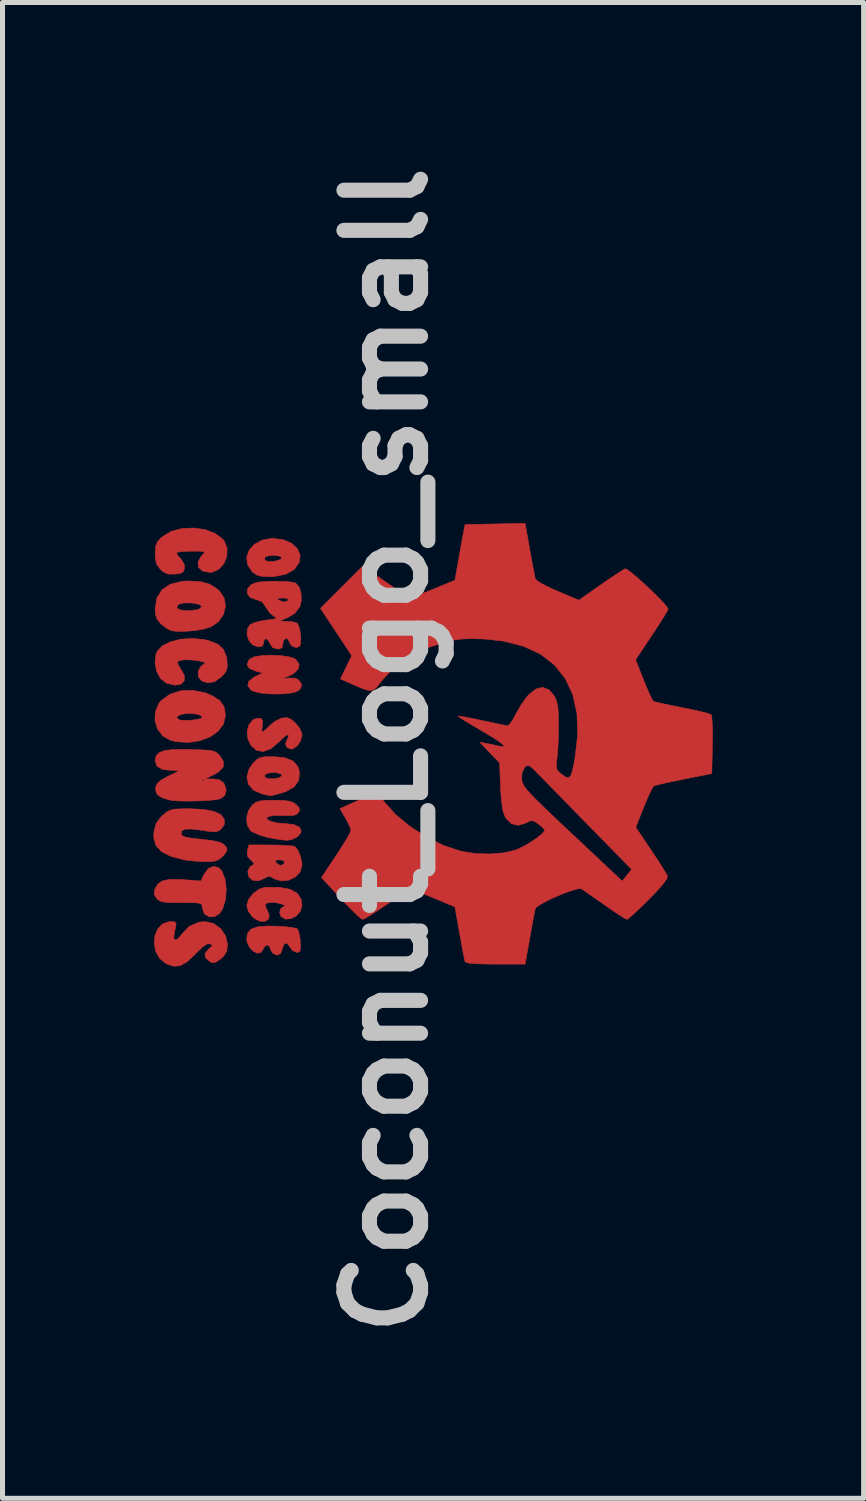
<source format=kicad_pcb>
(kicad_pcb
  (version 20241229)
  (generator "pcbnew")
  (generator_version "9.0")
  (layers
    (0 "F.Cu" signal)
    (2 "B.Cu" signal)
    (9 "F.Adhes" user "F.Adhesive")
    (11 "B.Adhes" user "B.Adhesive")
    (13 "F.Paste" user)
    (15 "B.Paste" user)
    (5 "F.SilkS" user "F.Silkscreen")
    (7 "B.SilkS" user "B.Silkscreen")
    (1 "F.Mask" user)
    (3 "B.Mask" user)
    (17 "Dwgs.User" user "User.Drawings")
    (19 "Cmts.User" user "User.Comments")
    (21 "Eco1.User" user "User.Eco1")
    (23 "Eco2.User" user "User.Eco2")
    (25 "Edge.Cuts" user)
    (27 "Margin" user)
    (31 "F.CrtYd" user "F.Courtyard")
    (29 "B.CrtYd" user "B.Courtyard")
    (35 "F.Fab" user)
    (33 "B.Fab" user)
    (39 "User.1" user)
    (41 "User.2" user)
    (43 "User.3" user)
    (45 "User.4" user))
  (footprint "Coconut_Logo_small"
    (layer "F.Cu")
    (at 6.834 11.758)
    (property "Reference" "Coconut_Logo_small" (at -2.21 0.114 90) (layer "Dwgs.User") (effects (font (size 1.524 1.524) (thickness 0.3))))
    (attr through_hole)
    (fp_poly (pts (xy -2.438 0.872) (xy -2.46 0.893) (xy -2.481 0.872) (xy -2.46 0.851) (xy -2.438 0.872)) (stroke (width 0.01) (type solid)) (fill yes) (layer "F.Cu"))
    (fp_poly (pts (xy -5.537 2.444) (xy -5.473 2.51) (xy -5.408 2.675) (xy -5.384 2.876) (xy -5.4 3.081) (xy -5.454 3.26) (xy -5.517 3.358) (xy -5.616 3.421) (xy -5.725 3.425) (xy -5.811 3.371) (xy -5.824 3.351) (xy -5.86 3.254) (xy -5.867 3.203) (xy -5.879 3.172) (xy -5.925 3.153) (xy -6.02 3.144) (xy -6.178 3.142) (xy -6.273 3.143) (xy -6.468 3.143) (xy -6.598 3.136) (xy -6.682 3.118) (xy -6.738 3.087) (xy -6.762 3.065) (xy -6.818 2.985) (xy -6.811 2.894) (xy -6.803 2.872) (xy -6.746 2.772) (xy -6.657 2.71) (xy -6.522 2.681) (xy -6.326 2.679) (xy -6.23 2.685) (xy -5.889 2.711) (xy -5.825 2.575) (xy -5.742 2.465) (xy -5.639 2.42) (xy -5.537 2.444)) (stroke (width 0.01) (type solid)) (fill yes) (layer "F.Cu"))
    (fp_poly (pts (xy -4.326 -1.773) (xy -4.16 -1.752) (xy -4.038 -1.717) (xy -4.004 -1.697) (xy -3.936 -1.604) (xy -3.949 -1.508) (xy -4.039 -1.418) (xy -4.123 -1.374) (xy -4.28 -1.305) (xy -4.144 -1.326) (xy -4.005 -1.32) (xy -3.943 -1.283) (xy -3.885 -1.202) (xy -3.901 -1.129) (xy -3.944 -1.078) (xy -4.027 -1.04) (xy -4.169 -1.016) (xy -4.346 -1.006) (xy -4.532 -1.01) (xy -4.704 -1.027) (xy -4.837 -1.058) (xy -4.892 -1.086) (xy -4.957 -1.173) (xy -4.937 -1.258) (xy -4.834 -1.341) (xy -4.797 -1.36) (xy -4.661 -1.426) (xy -4.788 -1.458) (xy -4.92 -1.512) (xy -4.972 -1.585) (xy -4.941 -1.674) (xy -4.912 -1.707) (xy -4.827 -1.747) (xy -4.684 -1.771) (xy -4.509 -1.78) (xy -4.326 -1.773)) (stroke (width 0.01) (type solid)) (fill yes) (layer "F.Cu"))
    (fp_poly (pts (xy -4.254 -4.076) (xy -4.085 -4.005) (xy -3.969 -3.898) (xy -3.915 -3.767) (xy -3.935 -3.619) (xy -3.936 -3.618) (xy -4.035 -3.482) (xy -4.2 -3.389) (xy -4.425 -3.344) (xy -4.525 -3.34) (xy -4.678 -3.347) (xy -4.779 -3.373) (xy -4.857 -3.427) (xy -4.874 -3.444) (xy -4.963 -3.581) (xy -4.973 -3.671) (xy -4.619 -3.671) (xy -4.557 -3.642) (xy -4.444 -3.645) (xy -4.354 -3.663) (xy -4.29 -3.696) (xy -4.283 -3.726) (xy -4.339 -3.752) (xy -4.439 -3.762) (xy -4.542 -3.756) (xy -4.609 -3.733) (xy -4.615 -3.727) (xy -4.619 -3.671) (xy -4.973 -3.671) (xy -4.979 -3.726) (xy -4.931 -3.864) (xy -4.827 -3.982) (xy -4.676 -4.066) (xy -4.486 -4.102) (xy -4.464 -4.102) (xy -4.254 -4.076)) (stroke (width 0.01) (type solid)) (fill yes) (layer "F.Cu"))
    (fp_poly (pts (xy -4.326 2.837) (xy -4.114 2.877) (xy -3.971 2.957) (xy -3.894 3.078) (xy -3.878 3.196) (xy -3.91 3.313) (xy -3.991 3.405) (xy -4.098 3.462) (xy -4.208 3.47) (xy -4.297 3.417) (xy -4.323 3.34) (xy -4.304 3.261) (xy -4.249 3.221) (xy -4.244 3.221) (xy -4.21 3.211) (xy -4.238 3.189) (xy -4.304 3.164) (xy -4.387 3.144) (xy -4.453 3.138) (xy -4.57 3.147) (xy -4.613 3.185) (xy -4.587 3.261) (xy -4.569 3.29) (xy -4.528 3.398) (xy -4.55 3.476) (xy -4.619 3.515) (xy -4.718 3.51) (xy -4.83 3.453) (xy -4.874 3.414) (xy -4.947 3.309) (xy -4.978 3.201) (xy -4.978 3.199) (xy -4.942 3.08) (xy -4.851 2.962) (xy -4.73 2.872) (xy -4.611 2.835) (xy -4.326 2.837)) (stroke (width 0.01) (type solid)) (fill yes) (layer "F.Cu"))
    (fp_poly (pts (xy -4.086 -0.499) (xy -4.006 -0.427) (xy -3.925 -0.324) (xy -3.881 -0.223) (xy -3.878 -0.199) (xy -3.906 -0.075) (xy -3.976 0.029) (xy -4.066 0.086) (xy -4.093 0.089) (xy -4.177 0.057) (xy -4.207 -0.018) (xy -4.173 -0.103) (xy -4.142 -0.168) (xy -4.149 -0.197) (xy -4.191 -0.185) (xy -4.269 -0.122) (xy -4.344 -0.048) (xy -4.501 0.085) (xy -4.65 0.138) (xy -4.786 0.111) (xy -4.891 0.02) (xy -4.956 -0.114) (xy -4.97 -0.26) (xy -4.935 -0.394) (xy -4.857 -0.491) (xy -4.797 -0.519) (xy -4.7 -0.528) (xy -4.66 -0.48) (xy -4.668 -0.375) (xy -4.679 -0.282) (xy -4.656 -0.258) (xy -4.595 -0.302) (xy -4.523 -0.377) (xy -4.412 -0.467) (xy -4.29 -0.525) (xy -4.271 -0.53) (xy -4.17 -0.536) (xy -4.086 -0.499)) (stroke (width 0.01) (type solid)) (fill yes) (layer "F.Cu"))
    (fp_poly (pts (xy -4.389 3.609) (xy -4.215 3.62) (xy -4.073 3.637) (xy -3.984 3.657) (xy -3.967 3.666) (xy -3.941 3.73) (xy -3.919 3.847) (xy -3.912 3.92) (xy -3.908 4.046) (xy -3.921 4.109) (xy -3.959 4.13) (xy -3.984 4.132) (xy -4.065 4.096) (xy -4.11 4.036) (xy -4.168 3.955) (xy -4.225 3.954) (xy -4.262 4.031) (xy -4.267 4.057) (xy -4.305 4.155) (xy -4.377 4.188) (xy -4.46 4.146) (xy -4.461 4.146) (xy -4.507 4.071) (xy -4.513 4.039) (xy -4.538 3.989) (xy -4.591 3.992) (xy -4.641 4.04) (xy -4.652 4.068) (xy -4.698 4.137) (xy -4.771 4.146) (xy -4.852 4.105) (xy -4.925 4.026) (xy -4.971 3.921) (xy -4.978 3.858) (xy -4.958 3.746) (xy -4.892 3.67) (xy -4.77 3.624) (xy -4.582 3.607) (xy -4.389 3.609)) (stroke (width 0.01) (type solid)) (fill yes) (layer "F.Cu"))
    (fp_poly (pts (xy -5.796 -1.029) (xy -5.657 -0.97) (xy -5.508 -0.872) (xy -5.428 -0.754) (xy -5.402 -0.593) (xy -5.402 -0.573) (xy -5.441 -0.407) (xy -5.549 -0.265) (xy -5.711 -0.152) (xy -5.913 -0.076) (xy -6.141 -0.043) (xy -6.38 -0.059) (xy -6.489 -0.085) (xy -6.643 -0.169) (xy -6.749 -0.305) (xy -6.802 -0.472) (xy -6.8 -0.526) (xy -6.367 -0.526) (xy -6.307 -0.49) (xy -6.304 -0.489) (xy -6.218 -0.481) (xy -6.098 -0.485) (xy -5.977 -0.499) (xy -5.889 -0.519) (xy -5.87 -0.529) (xy -5.871 -0.567) (xy -5.936 -0.599) (xy -6.043 -0.618) (xy -6.16 -0.621) (xy -6.282 -0.601) (xy -6.355 -0.566) (xy -6.367 -0.526) (xy -6.8 -0.526) (xy -6.796 -0.649) (xy -6.727 -0.816) (xy -6.679 -0.877) (xy -6.506 -1.003) (xy -6.288 -1.072) (xy -6.045 -1.081) (xy -5.796 -1.029)) (stroke (width 0.01) (type solid)) (fill yes) (layer "F.Cu"))
    (fp_poly (pts (xy -4.22 0.259) (xy -4.054 0.326) (xy -3.957 0.439) (xy -3.928 0.551) (xy -3.944 0.714) (xy -4.033 0.839) (xy -4.196 0.932) (xy -4.266 0.955) (xy -4.393 0.991) (xy -4.483 1.012) (xy -4.51 1.016) (xy -4.563 1.004) (xy -4.664 0.981) (xy -4.681 0.977) (xy -4.845 0.904) (xy -4.944 0.787) (xy -4.974 0.642) (xy -4.964 0.604) (xy -4.623 0.604) (xy -4.611 0.654) (xy -4.61 0.654) (xy -4.543 0.677) (xy -4.436 0.679) (xy -4.332 0.658) (xy -4.326 0.656) (xy -4.277 0.619) (xy -4.299 0.583) (xy -4.38 0.559) (xy -4.449 0.555) (xy -4.565 0.568) (xy -4.623 0.604) (xy -4.964 0.604) (xy -4.931 0.484) (xy -4.855 0.375) (xy -4.781 0.3) (xy -4.711 0.258) (xy -4.616 0.241) (xy -4.466 0.237) (xy -4.456 0.237) (xy -4.22 0.259)) (stroke (width 0.01) (type solid)) (fill yes) (layer "F.Cu"))
    (fp_poly (pts (xy -5.893 -3.241) (xy -5.714 -3.19) (xy -5.565 -3.097) (xy -5.518 -3.054) (xy -5.425 -2.913) (xy -5.4 -2.751) (xy -5.441 -2.588) (xy -5.542 -2.444) (xy -5.684 -2.345) (xy -5.818 -2.302) (xy -6.001 -2.27) (xy -6.198 -2.253) (xy -6.375 -2.252) (xy -6.481 -2.267) (xy -6.568 -2.311) (xy -6.67 -2.388) (xy -6.682 -2.4) (xy -6.759 -2.491) (xy -6.793 -2.596) (xy -6.799 -2.707) (xy -6.793 -2.742) (xy -6.367 -2.742) (xy -6.357 -2.71) (xy -6.298 -2.68) (xy -6.189 -2.666) (xy -6.063 -2.668) (xy -5.953 -2.686) (xy -5.911 -2.703) (xy -5.87 -2.75) (xy -5.912 -2.786) (xy -6.037 -2.812) (xy -6.088 -2.818) (xy -6.234 -2.818) (xy -6.332 -2.791) (xy -6.367 -2.742) (xy -6.793 -2.742) (xy -6.764 -2.918) (xy -6.661 -3.08) (xy -6.494 -3.191) (xy -6.265 -3.248) (xy -6.126 -3.255) (xy -5.893 -3.241)) (stroke (width 0.01) (type solid)) (fill yes) (layer "F.Cu"))
    (fp_poly (pts (xy -4.249 1.109) (xy -4.126 1.125) (xy -4.041 1.157) (xy -3.999 1.187) (xy -3.933 1.256) (xy -3.931 1.316) (xy -3.947 1.346) (xy -3.988 1.388) (xy -4.058 1.409) (xy -4.179 1.413) (xy -4.271 1.41) (xy -4.436 1.41) (xy -4.543 1.428) (xy -4.583 1.46) (xy -4.551 1.5) (xy -4.491 1.528) (xy -4.376 1.556) (xy -4.231 1.57) (xy -4.201 1.571) (xy -4.038 1.589) (xy -3.932 1.639) (xy -3.894 1.714) (xy -3.902 1.755) (xy -3.966 1.828) (xy -4.073 1.885) (xy -4.182 1.903) (xy -4.187 1.903) (xy -4.264 1.894) (xy -4.365 1.881) (xy -4.556 1.847) (xy -4.732 1.795) (xy -4.866 1.735) (xy -4.904 1.708) (xy -4.967 1.601) (xy -4.98 1.46) (xy -4.944 1.314) (xy -4.874 1.209) (xy -4.813 1.156) (xy -4.742 1.125) (xy -4.641 1.11) (xy -4.483 1.105) (xy -4.435 1.105) (xy -4.249 1.109)) (stroke (width 0.01) (type solid)) (fill yes) (layer "F.Cu"))
    (fp_poly (pts (xy -5.826 -2.09) (xy -5.733 -2.069) (xy -5.552 -1.997) (xy -5.439 -1.893) (xy -5.381 -1.743) (xy -5.371 -1.679) (xy -5.363 -1.549) (xy -5.386 -1.462) (xy -5.453 -1.378) (xy -5.478 -1.352) (xy -5.618 -1.25) (xy -5.756 -1.228) (xy -5.87 -1.267) (xy -5.937 -1.344) (xy -5.946 -1.448) (xy -5.898 -1.547) (xy -5.866 -1.575) (xy -5.813 -1.618) (xy -5.824 -1.641) (xy -5.909 -1.662) (xy -5.914 -1.662) (xy -6.069 -1.684) (xy -6.212 -1.687) (xy -6.315 -1.673) (xy -6.351 -1.652) (xy -6.344 -1.596) (xy -6.294 -1.513) (xy -6.29 -1.507) (xy -6.218 -1.376) (xy -6.219 -1.271) (xy -6.283 -1.203) (xy -6.401 -1.182) (xy -6.561 -1.219) (xy -6.572 -1.223) (xy -6.689 -1.312) (xy -6.768 -1.453) (xy -6.802 -1.621) (xy -6.784 -1.789) (xy -6.755 -1.861) (xy -6.654 -1.967) (xy -6.491 -2.047) (xy -6.286 -2.097) (xy -6.058 -2.113) (xy -5.826 -2.09)) (stroke (width 0.01) (type solid)) (fill yes) (layer "F.Cu"))
    (fp_poly (pts (xy -4.501 1.995) (xy -4.315 1.998) (xy -4.158 2.006) (xy -4.051 2.018) (xy -4.018 2.027) (xy -3.959 2.101) (xy -3.908 2.223) (xy -3.88 2.358) (xy -3.878 2.401) (xy -3.915 2.531) (xy -4.012 2.633) (xy -4.146 2.697) (xy -4.294 2.711) (xy -4.432 2.667) (xy -4.451 2.654) (xy -4.525 2.617) (xy -4.595 2.64) (xy -4.616 2.654) (xy -4.74 2.707) (xy -4.855 2.699) (xy -4.934 2.634) (xy -4.934 2.632) (xy -4.958 2.52) (xy -4.914 2.429) (xy -4.865 2.399) (xy -4.83 2.372) (xy -4.859 2.329) (xy -4.862 2.326) (xy -4.406 2.326) (xy -4.385 2.355) (xy -4.31 2.404) (xy -4.246 2.378) (xy -4.226 2.341) (xy -4.249 2.302) (xy -4.324 2.29) (xy -4.401 2.297) (xy -4.406 2.326) (xy -4.862 2.326) (xy -4.896 2.297) (xy -4.964 2.216) (xy -4.965 2.116) (xy -4.963 2.107) (xy -4.934 1.994) (xy -4.501 1.995)) (stroke (width 0.01) (type solid)) (fill yes) (layer "F.Cu"))
    (fp_poly (pts (xy -5.814 -4.278) (xy -5.613 -4.205) (xy -5.46 -4.093) (xy -5.425 -4.051) (xy -5.368 -3.906) (xy -5.373 -3.749) (xy -5.43 -3.603) (xy -5.531 -3.49) (xy -5.664 -3.429) (xy -5.715 -3.425) (xy -5.857 -3.453) (xy -5.937 -3.527) (xy -5.948 -3.63) (xy -5.883 -3.747) (xy -5.867 -3.763) (xy -5.826 -3.808) (xy -5.823 -3.833) (xy -5.869 -3.845) (xy -5.98 -3.848) (xy -6.079 -3.848) (xy -6.225 -3.843) (xy -6.331 -3.831) (xy -6.375 -3.814) (xy -6.375 -3.812) (xy -6.347 -3.76) (xy -6.289 -3.698) (xy -6.22 -3.587) (xy -6.215 -3.512) (xy -6.234 -3.442) (xy -6.286 -3.407) (xy -6.397 -3.391) (xy -6.407 -3.391) (xy -6.541 -3.393) (xy -6.636 -3.435) (xy -6.692 -3.484) (xy -6.762 -3.575) (xy -6.793 -3.685) (xy -6.799 -3.799) (xy -6.791 -3.936) (xy -6.757 -4.027) (xy -6.68 -4.113) (xy -6.652 -4.137) (xy -6.481 -4.24) (xy -6.27 -4.297) (xy -6.04 -4.309) (xy -5.814 -4.278)) (stroke (width 0.01) (type solid)) (fill yes) (layer "F.Cu"))
    (fp_poly (pts (xy -5.83 1.288) (xy -5.62 1.329) (xy -5.484 1.398) (xy -5.423 1.487) (xy -5.424 1.589) (xy -5.479 1.667) (xy -5.531 1.711) (xy -5.588 1.732) (xy -5.674 1.732) (xy -5.813 1.712) (xy -5.861 1.704) (xy -6.069 1.678) (xy -6.203 1.681) (xy -6.272 1.716) (xy -6.282 1.777) (xy -6.257 1.813) (xy -6.19 1.84) (xy -6.065 1.861) (xy -5.889 1.88) (xy -5.655 1.909) (xy -5.499 1.947) (xy -5.434 1.982) (xy -5.373 2.052) (xy -5.373 2.117) (xy -5.436 2.201) (xy -5.463 2.229) (xy -5.539 2.29) (xy -5.626 2.32) (xy -5.758 2.328) (xy -5.813 2.328) (xy -5.986 2.319) (xy -6.156 2.301) (xy -6.231 2.289) (xy -6.492 2.219) (xy -6.676 2.124) (xy -6.786 2.001) (xy -6.829 1.844) (xy -6.822 1.721) (xy -6.777 1.562) (xy -6.681 1.435) (xy -6.647 1.404) (xy -6.572 1.342) (xy -6.503 1.304) (xy -6.417 1.283) (xy -6.29 1.276) (xy -6.119 1.274) (xy -5.83 1.288)) (stroke (width 0.01) (type solid)) (fill yes) (layer "F.Cu"))
    (fp_poly (pts (xy -5.636 3.557) (xy -5.495 3.66) (xy -5.396 3.807) (xy -5.359 3.976) (xy -5.375 4.108) (xy -5.435 4.205) (xy -5.489 4.255) (xy -5.586 4.324) (xy -5.656 4.337) (xy -5.704 4.319) (xy -5.797 4.24) (xy -5.808 4.153) (xy -5.737 4.065) (xy -5.671 4.01) (xy -5.671 3.979) (xy -5.708 3.961) (xy -5.768 3.965) (xy -5.855 4.023) (xy -5.978 4.14) (xy -6.006 4.17) (xy -6.162 4.317) (xy -6.296 4.394) (xy -6.423 4.408) (xy -6.562 4.364) (xy -6.583 4.353) (xy -6.708 4.252) (xy -6.786 4.114) (xy -6.817 3.958) (xy -6.804 3.802) (xy -6.748 3.664) (xy -6.653 3.564) (xy -6.519 3.519) (xy -6.496 3.518) (xy -6.407 3.525) (xy -6.381 3.563) (xy -6.393 3.634) (xy -6.422 3.769) (xy -6.428 3.842) (xy -6.412 3.876) (xy -6.397 3.884) (xy -6.348 3.862) (xy -6.283 3.788) (xy -6.27 3.769) (xy -6.122 3.614) (xy -5.932 3.531) (xy -5.802 3.518) (xy -5.636 3.557)) (stroke (width 0.01) (type solid)) (fill yes) (layer "F.Cu"))
    (fp_poly (pts (xy -6.098 0.096) (xy -5.887 0.103) (xy -5.742 0.112) (xy -5.648 0.127) (xy -5.586 0.152) (xy -5.539 0.19) (xy -5.507 0.225) (xy -5.437 0.344) (xy -5.446 0.448) (xy -5.537 0.542) (xy -5.628 0.595) (xy -5.804 0.681) (xy -5.646 0.682) (xy -5.52 0.699) (xy -5.438 0.76) (xy -5.421 0.785) (xy -5.384 0.903) (xy -5.416 1.01) (xy -5.5 1.075) (xy -5.594 1.095) (xy -5.748 1.11) (xy -5.936 1.119) (xy -6.134 1.123) (xy -6.316 1.121) (xy -6.456 1.11) (xy -6.496 1.104) (xy -6.665 1.055) (xy -6.76 0.99) (xy -6.792 0.898) (xy -6.79 0.855) (xy -6.764 0.78) (xy -6.693 0.713) (xy -6.675 0.703) (xy -5.867 0.703) (xy -5.846 0.724) (xy -5.825 0.703) (xy -5.846 0.682) (xy -5.867 0.703) (xy -6.675 0.703) (xy -6.56 0.637) (xy -6.545 0.63) (xy -6.312 0.515) (xy -6.473 0.514) (xy -6.655 0.491) (xy -6.764 0.426) (xy -6.799 0.321) (xy -6.782 0.228) (xy -6.723 0.161) (xy -6.615 0.119) (xy -6.446 0.097) (xy -6.206 0.093) (xy -6.098 0.096)) (stroke (width 0.01) (type solid)) (fill yes) (layer "F.Cu"))
    (fp_poly (pts (xy -4.188 -3.243) (xy -4.059 -3.229) (xy -4.004 -3.213) (xy -3.933 -3.132) (xy -3.895 -3.002) (xy -3.894 -2.852) (xy -3.922 -2.742) (xy -4.022 -2.611) (xy -4.149 -2.534) (xy -4.322 -2.457) (xy -4.174 -2.453) (xy -4.061 -2.443) (xy -3.983 -2.421) (xy -3.979 -2.419) (xy -3.941 -2.354) (xy -3.914 -2.24) (xy -3.901 -2.111) (xy -3.908 -2.001) (xy -3.928 -1.952) (xy -3.999 -1.93) (xy -4.078 -1.961) (xy -4.128 -2.026) (xy -4.132 -2.05) (xy -4.166 -2.105) (xy -4.195 -2.112) (xy -4.246 -2.076) (xy -4.259 -2.007) (xy -4.276 -1.926) (xy -4.344 -1.901) (xy -4.366 -1.901) (xy -4.465 -1.932) (xy -4.513 -2.007) (xy -4.562 -2.09) (xy -4.61 -2.108) (xy -4.638 -2.057) (xy -4.64 -2.028) (xy -4.665 -1.961) (xy -4.743 -1.943) (xy -4.854 -1.98) (xy -4.934 -2.071) (xy -4.973 -2.191) (xy -4.959 -2.312) (xy -4.914 -2.383) (xy -4.838 -2.422) (xy -4.71 -2.457) (xy -4.594 -2.476) (xy -4.458 -2.493) (xy -4.396 -2.509) (xy -4.395 -2.528) (xy -4.437 -2.552) (xy -4.522 -2.623) (xy -4.595 -2.73) (xy -4.597 -2.735) (xy -4.672 -2.84) (xy -4.777 -2.882) (xy -4.784 -2.882) (xy -4.807 -2.891) (xy -4.364 -2.891) (xy -4.343 -2.874) (xy -4.239 -2.835) (xy -4.163 -2.861) (xy -4.153 -2.874) (xy -4.17 -2.904) (xy -4.255 -2.916) (xy -4.267 -2.916) (xy -4.353 -2.91) (xy -4.364 -2.891) (xy -4.807 -2.891) (xy -4.906 -2.925) (xy -4.967 -3.003) (xy -4.963 -3.095) (xy -4.895 -3.177) (xy -4.805 -3.219) (xy -4.69 -3.238) (xy -4.53 -3.248) (xy -4.354 -3.25) (xy -4.188 -3.243)) (stroke (width 0.01) (type solid)) (fill yes) (layer "F.Cu"))
    (fp_poly (pts (xy 0.651 -3.881) (xy 0.688 -3.676) (xy 0.721 -3.498) (xy 0.747 -3.366) (xy 0.761 -3.297) (xy 0.761 -3.296) (xy 0.806 -3.253) (xy 0.912 -3.19) (xy 1.063 -3.114) (xy 1.203 -3.052) (xy 1.627 -2.873) (xy 2.057 -3.174) (xy 2.227 -3.292) (xy 2.376 -3.392) (xy 2.487 -3.464) (xy 2.546 -3.498) (xy 2.547 -3.498) (xy 2.594 -3.478) (xy 2.685 -3.409) (xy 2.807 -3.306) (xy 2.946 -3.18) (xy 3.087 -3.047) (xy 3.218 -2.918) (xy 3.323 -2.807) (xy 3.388 -2.726) (xy 3.404 -2.695) (xy 3.381 -2.65) (xy 3.32 -2.548) (xy 3.229 -2.403) (xy 3.116 -2.23) (xy 3.079 -2.175) (xy 2.755 -1.688) (xy 2.914 -1.287) (xy 2.984 -1.116) (xy 3.046 -0.977) (xy 3.092 -0.887) (xy 3.109 -0.862) (xy 3.163 -0.846) (xy 3.282 -0.818) (xy 3.451 -0.783) (xy 3.653 -0.742) (xy 3.684 -0.736) (xy 3.889 -0.695) (xy 4.064 -0.655) (xy 4.192 -0.622) (xy 4.256 -0.599) (xy 4.259 -0.597) (xy 4.271 -0.543) (xy 4.28 -0.422) (xy 4.285 -0.249) (xy 4.284 -0.042) (xy 4.283 0.008) (xy 4.271 0.576) (xy 3.718 0.685) (xy 3.509 0.728) (xy 3.329 0.767) (xy 3.195 0.799) (xy 3.123 0.82) (xy 3.118 0.823) (xy 3.084 0.872) (xy 3.029 0.982) (xy 2.962 1.135) (xy 2.916 1.247) (xy 2.759 1.644) (xy 3.062 2.095) (xy 3.179 2.271) (xy 3.279 2.426) (xy 3.352 2.544) (xy 3.389 2.61) (xy 3.39 2.613) (xy 3.375 2.671) (xy 3.299 2.776) (xy 3.162 2.93) (xy 3.019 3.077) (xy 2.869 3.225) (xy 2.74 3.347) (xy 2.643 3.434) (xy 2.59 3.474) (xy 2.585 3.476) (xy 2.538 3.452) (xy 2.437 3.39) (xy 2.297 3.297) (xy 2.14 3.188) (xy 1.974 3.072) (xy 1.83 2.972) (xy 1.725 2.899) (xy 1.674 2.865) (xy 1.611 2.866) (xy 1.493 2.898) (xy 1.34 2.953) (xy 1.174 3.022) (xy 1.012 3.097) (xy 0.877 3.169) (xy 0.787 3.229) (xy 0.762 3.26) (xy 0.748 3.326) (xy 0.722 3.457) (xy 0.689 3.634) (xy 0.652 3.838) (xy 0.651 3.846) (xy 0.558 4.365) (xy -0.031 4.365) (xy -0.285 4.362) (xy -0.464 4.355) (xy -0.576 4.342) (xy -0.63 4.322) (xy -0.637 4.312) (xy -0.651 4.251) (xy -0.676 4.126) (xy -0.708 3.953) (xy -0.744 3.751) (xy -0.746 3.743) (xy -0.838 3.227) (xy -1.199 3.075) (xy -1.409 2.988) (xy -1.561 2.932) (xy -1.678 2.91) (xy -1.782 2.924) (xy -1.895 2.976) (xy -2.038 3.069) (xy -2.19 3.175) (xy -2.36 3.29) (xy -2.507 3.385) (xy -2.616 3.45) (xy -2.672 3.475) (xy -2.674 3.476) (xy -2.719 3.446) (xy -2.809 3.365) (xy -2.931 3.244) (xy -3.074 3.095) (xy -3.107 3.059) (xy -3.491 2.643) (xy -3.198 2.202) (xy -3.086 2.029) (xy -2.993 1.879) (xy -2.93 1.766) (xy -2.904 1.707) (xy -2.904 1.705) (xy -2.924 1.638) (xy -2.976 1.53) (xy -3.014 1.461) (xy -3.125 1.273) (xy -2.851 1.149) (xy -2.655 1.062) (xy -2.518 1.011) (xy -2.423 0.996) (xy -2.355 1.016) (xy -2.294 1.072) (xy -2.243 1.137) (xy -2.019 1.388) (xy -1.732 1.625) (xy -1.405 1.836) (xy -1.062 2.005) (xy -0.724 2.117) (xy -0.707 2.121) (xy -0.431 2.165) (xy -0.14 2.174) (xy 0.136 2.151) (xy 0.366 2.096) (xy 0.386 2.089) (xy 0.519 2.027) (xy 0.661 1.945) (xy 0.793 1.856) (xy 0.894 1.774) (xy 0.946 1.713) (xy 0.948 1.702) (xy 0.917 1.659) (xy 0.842 1.593) (xy 0.824 1.579) (xy 0.736 1.521) (xy 0.672 1.512) (xy 0.591 1.549) (xy 0.578 1.557) (xy 0.424 1.605) (xy 0.286 1.572) (xy 0.176 1.463) (xy 0.159 1.432) (xy 0.118 1.316) (xy 0.09 1.139) (xy 0.071 0.891) (xy 0.069 0.83) (xy 0.063 0.685) (xy 0.491 0.685) (xy 0.498 0.733) (xy 0.515 0.782) (xy 0.549 0.839) (xy 0.605 0.911) (xy 0.691 1.006) (xy 0.813 1.129) (xy 0.976 1.288) (xy 1.188 1.489) (xy 1.455 1.741) (xy 1.497 1.78) (xy 2.49 2.714) (xy 2.583 2.597) (xy 2.677 2.481) (xy 1.868 1.655) (xy 1.642 1.424) (xy 1.423 1.2) (xy 1.222 0.995) (xy 1.05 0.818) (xy 0.918 0.682) (xy 0.841 0.604) (xy 0.728 0.49) (xy 0.656 0.429) (xy 0.609 0.413) (xy 0.57 0.432) (xy 0.55 0.45) (xy 0.496 0.561) (xy 0.491 0.685) (xy 0.063 0.685) (xy 0.051 0.364) (xy -0.146 0.158) (xy -0.343 -0.049) (xy -0.21 -0.024) (xy -0.075 0.003) (xy 0.033 0.028) (xy 0.123 0.042) (xy 0.137 0.02) (xy 0.074 -0.038) (xy -0.065 -0.132) (xy -0.28 -0.261) (xy -0.324 -0.287) (xy -0.498 -0.389) (xy -0.641 -0.475) (xy -0.739 -0.538) (xy -0.778 -0.568) (xy -0.778 -0.569) (xy -0.735 -0.566) (xy -0.625 -0.547) (xy -0.467 -0.516) (xy -0.3 -0.48) (xy -0.109 -0.44) (xy 0.053 -0.406) (xy 0.167 -0.385) (xy 0.213 -0.378) (xy 0.255 -0.412) (xy 0.318 -0.503) (xy 0.375 -0.61) (xy 0.465 -0.769) (xy 0.57 -0.921) (xy 0.631 -0.994) (xy 0.776 -1.108) (xy 0.913 -1.139) (xy 1.037 -1.089) (xy 1.137 -0.969) (xy 1.178 -0.886) (xy 1.203 -0.789) (xy 1.218 -0.659) (xy 1.223 -0.474) (xy 1.223 -0.377) (xy 1.22 -0.164) (xy 1.212 0.043) (xy 1.2 0.212) (xy 1.192 0.279) (xy 1.177 0.408) (xy 1.188 0.486) (xy 1.234 0.546) (xy 1.292 0.593) (xy 1.369 0.646) (xy 1.425 0.658) (xy 1.466 0.617) (xy 1.501 0.514) (xy 1.537 0.339) (xy 1.548 0.281) (xy 1.603 -0.191) (xy 1.589 -0.615) (xy 1.508 -0.988) (xy 1.36 -1.31) (xy 1.147 -1.58) (xy 0.87 -1.796) (xy 0.529 -1.956) (xy 0.126 -2.059) (xy -0.242 -2.1) (xy -0.493 -2.108) (xy -0.694 -2.101) (xy -0.876 -2.077) (xy -1.004 -2.049) (xy -1.415 -1.916) (xy -1.78 -1.731) (xy -2.087 -1.499) (xy -2.319 -1.241) (xy -2.391 -1.145) (xy -2.454 -1.09) (xy -2.526 -1.074) (xy -2.627 -1.097) (xy -2.775 -1.157) (xy -2.875 -1.2) (xy -3.115 -1.307) (xy -3.002 -1.538) (xy -2.889 -1.768) (xy -3.2 -2.24) (xy -3.512 -2.711) (xy -2.67 -3.553) (xy -2.213 -3.235) (xy -2.041 -3.117) (xy -1.894 -3.018) (xy -1.786 -2.949) (xy -1.731 -2.918) (xy -1.727 -2.917) (xy -1.678 -2.932) (xy -1.568 -2.973) (xy -1.415 -3.033) (xy -1.267 -3.093) (xy -0.837 -3.27) (xy -0.766 -3.675) (xy -0.731 -3.87) (xy -0.698 -4.05) (xy -0.673 -4.187) (xy -0.665 -4.229) (xy -0.636 -4.377) (xy -0.039 -4.389) (xy 0.558 -4.401) (xy 0.651 -3.881)) (stroke (width 0.01) (type solid)) (fill yes) (layer "F.Cu")))
  (gr_rect
    (start -3 -3)
    (end 14.124 26.745)
    (stroke (width 0.1) (type default))
    (fill no)
    (layer "Edge.Cuts")))
</source>
